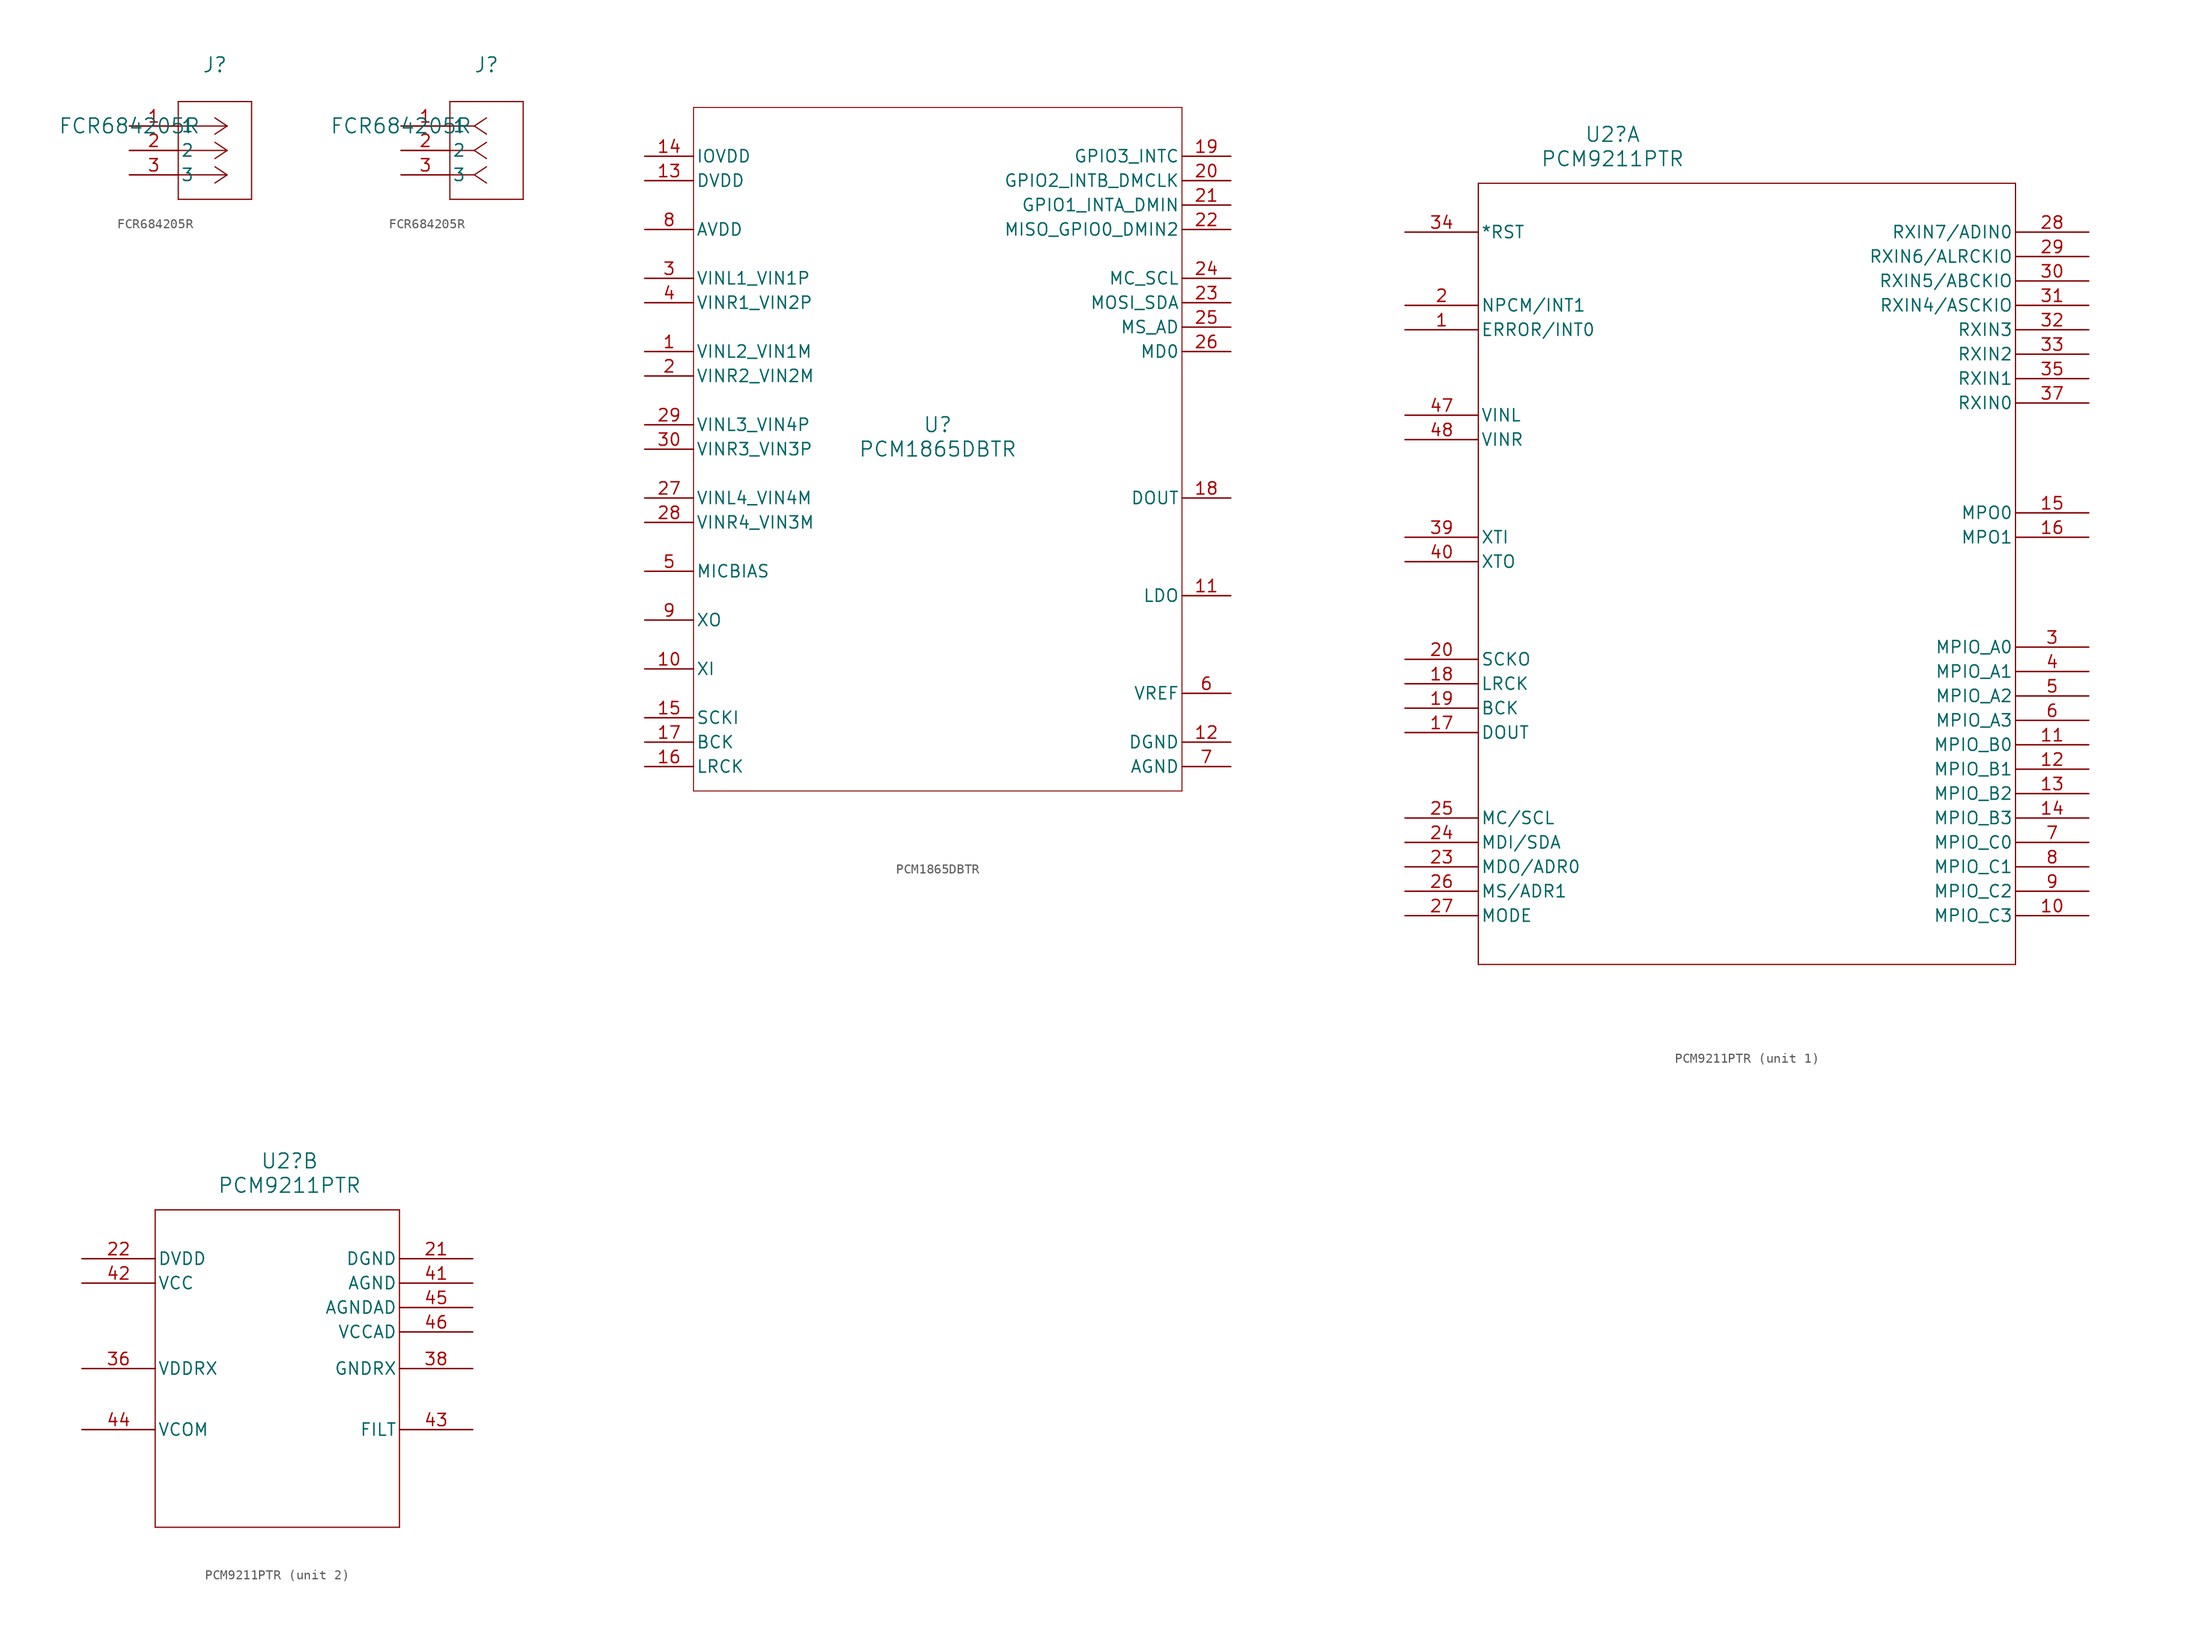
<source format=kicad_sym>
(kicad_symbol_lib
  (version 20220914)
  (generator kicad_symbol_editor)
  (symbol "FCR684205R"
    (pin_names
      (offset 0.254))
    (property "Reference" "J"
      (at 8.89 6.35 0)
      (effects (font (size 1.524 1.524))))
    (property "Value" "FCR684205R"
      (at 0 0 0)
      (effects (font (size 1.524 1.524))))
    (property "ki_locked" ""
      (at 0 0 0)
      (effects (font (size 1.27 1.27))))
    (symbol "FCR684205R_1_1"
      (polyline (pts (xy 5.08 -7.62) (xy 12.7 -7.62)) (stroke (width 0.127) (type default)) (fill (type none)))
      (polyline (pts (xy 5.08 2.54) (xy 5.08 -7.62)) (stroke (width 0.127) (type default)) (fill (type none)))
      (polyline (pts (xy 10.16 -5.08) (xy 5.08 -5.08)) (stroke (width 0.127) (type default)) (fill (type none)))
      (polyline (pts (xy 10.16 -5.08) (xy 8.89 -5.927)) (stroke (width 0.127) (type default)) (fill (type none)))
      (polyline (pts (xy 10.16 -5.08) (xy 8.89 -4.233)) (stroke (width 0.127) (type default)) (fill (type none)))
      (polyline (pts (xy 10.16 -2.54) (xy 5.08 -2.54)) (stroke (width 0.127) (type default)) (fill (type none)))
      (polyline (pts (xy 10.16 -2.54) (xy 8.89 -3.387)) (stroke (width 0.127) (type default)) (fill (type none)))
      (polyline (pts (xy 10.16 -2.54) (xy 8.89 -1.693)) (stroke (width 0.127) (type default)) (fill (type none)))
      (polyline (pts (xy 10.16 0) (xy 5.08 0)) (stroke (width 0.127) (type default)) (fill (type none)))
      (polyline (pts (xy 10.16 0) (xy 8.89 -0.847)) (stroke (width 0.127) (type default)) (fill (type none)))
      (polyline (pts (xy 10.16 0) (xy 8.89 0.847)) (stroke (width 0.127) (type default)) (fill (type none)))
      (polyline (pts (xy 12.7 -7.62) (xy 12.7 2.54)) (stroke (width 0.127) (type default)) (fill (type none)))
      (polyline (pts (xy 12.7 2.54) (xy 5.08 2.54)) (stroke (width 0.127) (type default)) (fill (type none)))
      (pin output line (at 0 0 0) (length 5.08) (name "1" (effects (font (size 1.27 1.27)))) (number "1" (effects (font (size 1.27 1.27)))))
      (pin power_in line (at 0 -2.54 0) (length 5.08) (name "2" (effects (font (size 1.27 1.27)))) (number "2" (effects (font (size 1.27 1.27)))))
      (pin power_in line (at 0 -5.08 0) (length 5.08) (name "3" (effects (font (size 1.27 1.27)))) (number "3" (effects (font (size 1.27 1.27))))))
    (symbol "FCR684205R_1_2"
      (polyline (pts (xy 5.08 -7.62) (xy 12.7 -7.62)) (stroke (width 0.127) (type default)) (fill (type none)))
      (polyline (pts (xy 5.08 2.54) (xy 5.08 -7.62)) (stroke (width 0.127) (type default)) (fill (type none)))
      (polyline (pts (xy 7.62 -5.08) (xy 5.08 -5.08)) (stroke (width 0.127) (type default)) (fill (type none)))
      (polyline (pts (xy 7.62 -5.08) (xy 8.89 -5.927)) (stroke (width 0.127) (type default)) (fill (type none)))
      (polyline (pts (xy 7.62 -5.08) (xy 8.89 -4.233)) (stroke (width 0.127) (type default)) (fill (type none)))
      (polyline (pts (xy 7.62 -2.54) (xy 5.08 -2.54)) (stroke (width 0.127) (type default)) (fill (type none)))
      (polyline (pts (xy 7.62 -2.54) (xy 8.89 -3.387)) (stroke (width 0.127) (type default)) (fill (type none)))
      (polyline (pts (xy 7.62 -2.54) (xy 8.89 -1.693)) (stroke (width 0.127) (type default)) (fill (type none)))
      (polyline (pts (xy 7.62 0) (xy 5.08 0)) (stroke (width 0.127) (type default)) (fill (type none)))
      (polyline (pts (xy 7.62 0) (xy 8.89 -0.847)) (stroke (width 0.127) (type default)) (fill (type none)))
      (polyline (pts (xy 7.62 0) (xy 8.89 0.847)) (stroke (width 0.127) (type default)) (fill (type none)))
      (polyline (pts (xy 12.7 -7.62) (xy 12.7 2.54)) (stroke (width 0.127) (type default)) (fill (type none)))
      (polyline (pts (xy 12.7 2.54) (xy 5.08 2.54)) (stroke (width 0.127) (type default)) (fill (type none)))
      (pin output line (at 0 0 0) (length 5.08) (name "1" (effects (font (size 1.27 1.27)))) (number "1" (effects (font (size 1.27 1.27)))))
      (pin power_in line (at 0 -2.54 0) (length 5.08) (name "2" (effects (font (size 1.27 1.27)))) (number "2" (effects (font (size 1.27 1.27)))))
      (pin power_in line (at 0 -5.08 0) (length 5.08) (name "3" (effects (font (size 1.27 1.27)))) (number "3" (effects (font (size 1.27 1.27)))))))
  (symbol "PCM1865DBTR"
    (pin_names
      (offset 0.254))
    (property "Reference" "U"
      (at 0 2.54 0)
      (effects (font (size 1.524 1.524))))
    (property "Value" "PCM1865DBTR"
      (at 0 0 0)
      (effects (font (size 1.524 1.524))))
    (property "ki_locked" ""
      (at 0 0 0)
      (effects (font (size 1.27 1.27))))
    (symbol "PCM1865DBTR_0_1"
      (polyline (pts (xy -25.4 -35.56) (xy 25.4 -35.56)) (stroke (width 0.102) (type default)) (fill (type none)))
      (polyline (pts (xy -25.4 35.56) (xy -25.4 -35.56)) (stroke (width 0.102) (type default)) (fill (type none)))
      (polyline (pts (xy 25.4 -35.56) (xy 25.4 35.56)) (stroke (width 0.102) (type default)) (fill (type none)))
      (polyline (pts (xy 25.4 35.56) (xy -25.4 35.56)) (stroke (width 0.102) (type default)) (fill (type none)))
      (pin input line (at -30.48 10.16 0) (length 5.08) (name "VINL2_VIN1M" (effects (font (size 1.27 1.27)))) (number "1" (effects (font (size 1.27 1.27)))))
      (pin unspecified line (at -30.48 -22.86 0) (length 5.08) (name "XI" (effects (font (size 1.27 1.27)))) (number "10" (effects (font (size 1.27 1.27)))))
      (pin output line (at 30.48 -15.24 180) (length 5.08) (name "LDO" (effects (font (size 1.27 1.27)))) (number "11" (effects (font (size 1.27 1.27)))))
      (pin power_in line (at 30.48 -30.48 180) (length 5.08) (name "DGND" (effects (font (size 1.27 1.27)))) (number "12" (effects (font (size 1.27 1.27)))))
      (pin power_in line (at -30.48 27.94 0) (length 5.08) (name "DVDD" (effects (font (size 1.27 1.27)))) (number "13" (effects (font (size 1.27 1.27)))))
      (pin power_in line (at -30.48 30.48 0) (length 5.08) (name "IOVDD" (effects (font (size 1.27 1.27)))) (number "14" (effects (font (size 1.27 1.27)))))
      (pin input line (at -30.48 -27.94 0) (length 5.08) (name "SCKI" (effects (font (size 1.27 1.27)))) (number "15" (effects (font (size 1.27 1.27)))))
      (pin bidirectional line (at -30.48 -33.02 0) (length 5.08) (name "LRCK" (effects (font (size 1.27 1.27)))) (number "16" (effects (font (size 1.27 1.27)))))
      (pin bidirectional line (at -30.48 -30.48 0) (length 5.08) (name "BCK" (effects (font (size 1.27 1.27)))) (number "17" (effects (font (size 1.27 1.27)))))
      (pin output line (at 30.48 -5.08 180) (length 5.08) (name "DOUT" (effects (font (size 1.27 1.27)))) (number "18" (effects (font (size 1.27 1.27)))))
      (pin bidirectional line (at 30.48 30.48 180) (length 5.08) (name "GPIO3_INTC" (effects (font (size 1.27 1.27)))) (number "19" (effects (font (size 1.27 1.27)))))
      (pin input line (at -30.48 7.62 0) (length 5.08) (name "VINR2_VIN2M" (effects (font (size 1.27 1.27)))) (number "2" (effects (font (size 1.27 1.27)))))
      (pin bidirectional line (at 30.48 27.94 180) (length 5.08) (name "GPIO2_INTB_DMCLK" (effects (font (size 1.27 1.27)))) (number "20" (effects (font (size 1.27 1.27)))))
      (pin bidirectional line (at 30.48 25.4 180) (length 5.08) (name "GPIO1_INTA_DMIN" (effects (font (size 1.27 1.27)))) (number "21" (effects (font (size 1.27 1.27)))))
      (pin bidirectional line (at 30.48 22.86 180) (length 5.08) (name "MISO_GPIO0_DMIN2" (effects (font (size 1.27 1.27)))) (number "22" (effects (font (size 1.27 1.27)))))
      (pin bidirectional line (at 30.48 15.24 180) (length 5.08) (name "MOSI_SDA" (effects (font (size 1.27 1.27)))) (number "23" (effects (font (size 1.27 1.27)))))
      (pin input line (at 30.48 17.78 180) (length 5.08) (name "MC_SCL" (effects (font (size 1.27 1.27)))) (number "24" (effects (font (size 1.27 1.27)))))
      (pin input line (at 30.48 12.7 180) (length 5.08) (name "MS_AD" (effects (font (size 1.27 1.27)))) (number "25" (effects (font (size 1.27 1.27)))))
      (pin input line (at 30.48 10.16 180) (length 5.08) (name "MD0" (effects (font (size 1.27 1.27)))) (number "26" (effects (font (size 1.27 1.27)))))
      (pin input line (at -30.48 -5.08 0) (length 5.08) (name "VINL4_VIN4M" (effects (font (size 1.27 1.27)))) (number "27" (effects (font (size 1.27 1.27)))))
      (pin input line (at -30.48 -7.62 0) (length 5.08) (name "VINR4_VIN3M" (effects (font (size 1.27 1.27)))) (number "28" (effects (font (size 1.27 1.27)))))
      (pin input line (at -30.48 2.54 0) (length 5.08) (name "VINL3_VIN4P" (effects (font (size 1.27 1.27)))) (number "29" (effects (font (size 1.27 1.27)))))
      (pin input line (at -30.48 17.78 0) (length 5.08) (name "VINL1_VIN1P" (effects (font (size 1.27 1.27)))) (number "3" (effects (font (size 1.27 1.27)))))
      (pin input line (at -30.48 0 0) (length 5.08) (name "VINR3_VIN3P" (effects (font (size 1.27 1.27)))) (number "30" (effects (font (size 1.27 1.27)))))
      (pin input line (at -30.48 15.24 0) (length 5.08) (name "VINR1_VIN2P" (effects (font (size 1.27 1.27)))) (number "4" (effects (font (size 1.27 1.27)))))
      (pin output line (at -30.48 -12.7 0) (length 5.08) (name "MICBIAS" (effects (font (size 1.27 1.27)))) (number "5" (effects (font (size 1.27 1.27)))))
      (pin unspecified line (at 30.48 -25.4 180) (length 5.08) (name "VREF" (effects (font (size 1.27 1.27)))) (number "6" (effects (font (size 1.27 1.27)))))
      (pin power_in line (at 30.48 -33.02 180) (length 5.08) (name "AGND" (effects (font (size 1.27 1.27)))) (number "7" (effects (font (size 1.27 1.27)))))
      (pin power_in line (at -30.48 22.86 0) (length 5.08) (name "AVDD" (effects (font (size 1.27 1.27)))) (number "8" (effects (font (size 1.27 1.27)))))
      (pin unspecified line (at -30.48 -17.78 0) (length 5.08) (name "XO" (effects (font (size 1.27 1.27)))) (number "9" (effects (font (size 1.27 1.27)))))))
  (symbol "PCM9211PTR"
    (pin_names
      (offset 0.254))
    (property "Reference" "U2"
      (at 21.59 10.16 0)
      (effects (font (size 1.524 1.524))))
    (property "Value" "PCM9211PTR"
      (at 21.59 7.62 0)
      (effects (font (size 1.524 1.524))))
    (property "ki_locked" ""
      (at 0 0 0)
      (effects (font (size 1.27 1.27))))
    (symbol "PCM9211PTR_1_1"
      (polyline (pts (xy 7.62 -76.2) (xy 63.5 -76.2)) (stroke (width 0.127) (type default)) (fill (type none)))
      (polyline (pts (xy 7.62 5.08) (xy 7.62 -76.2)) (stroke (width 0.127) (type default)) (fill (type none)))
      (polyline (pts (xy 63.5 -76.2) (xy 63.5 5.08)) (stroke (width 0.127) (type default)) (fill (type none)))
      (polyline (pts (xy 63.5 5.08) (xy 7.62 5.08)) (stroke (width 0.127) (type default)) (fill (type none)))
      (pin output line (at 0 -10.16 0) (length 7.62) (name "ERROR/INT0" (effects (font (size 1.27 1.27)))) (number "1" (effects (font (size 1.27 1.27)))))
      (pin bidirectional line (at 71.12 -71.12 180) (length 7.62) (name "MPIO_C3" (effects (font (size 1.27 1.27)))) (number "10" (effects (font (size 1.27 1.27)))))
      (pin bidirectional line (at 71.12 -53.34 180) (length 7.62) (name "MPIO_B0" (effects (font (size 1.27 1.27)))) (number "11" (effects (font (size 1.27 1.27)))))
      (pin bidirectional line (at 71.12 -55.88 180) (length 7.62) (name "MPIO_B1" (effects (font (size 1.27 1.27)))) (number "12" (effects (font (size 1.27 1.27)))))
      (pin bidirectional line (at 71.12 -58.42 180) (length 7.62) (name "MPIO_B2" (effects (font (size 1.27 1.27)))) (number "13" (effects (font (size 1.27 1.27)))))
      (pin bidirectional line (at 71.12 -60.96 180) (length 7.62) (name "MPIO_B3" (effects (font (size 1.27 1.27)))) (number "14" (effects (font (size 1.27 1.27)))))
      (pin output line (at 71.12 -29.21 180) (length 7.62) (name "MPO0" (effects (font (size 1.27 1.27)))) (number "15" (effects (font (size 1.27 1.27)))))
      (pin output line (at 71.12 -31.75 180) (length 7.62) (name "MPO1" (effects (font (size 1.27 1.27)))) (number "16" (effects (font (size 1.27 1.27)))))
      (pin output line (at 0 -52.07 0) (length 7.62) (name "DOUT" (effects (font (size 1.27 1.27)))) (number "17" (effects (font (size 1.27 1.27)))))
      (pin output line (at 0 -46.99 0) (length 7.62) (name "LRCK" (effects (font (size 1.27 1.27)))) (number "18" (effects (font (size 1.27 1.27)))))
      (pin output line (at 0 -49.53 0) (length 7.62) (name "BCK" (effects (font (size 1.27 1.27)))) (number "19" (effects (font (size 1.27 1.27)))))
      (pin output line (at 0 -7.62 0) (length 7.62) (name "NPCM/INT1" (effects (font (size 1.27 1.27)))) (number "2" (effects (font (size 1.27 1.27)))))
      (pin output line (at 0 -44.45 0) (length 7.62) (name "SCKO" (effects (font (size 1.27 1.27)))) (number "20" (effects (font (size 1.27 1.27)))))
      (pin bidirectional line (at 0 -66.04 0) (length 7.62) (name "MDO/ADR0" (effects (font (size 1.27 1.27)))) (number "23" (effects (font (size 1.27 1.27)))))
      (pin bidirectional line (at 0 -63.5 0) (length 7.62) (name "MDI/SDA" (effects (font (size 1.27 1.27)))) (number "24" (effects (font (size 1.27 1.27)))))
      (pin input line (at 0 -60.96 0) (length 7.62) (name "MC/SCL" (effects (font (size 1.27 1.27)))) (number "25" (effects (font (size 1.27 1.27)))))
      (pin input line (at 0 -68.58 0) (length 7.62) (name "MS/ADR1" (effects (font (size 1.27 1.27)))) (number "26" (effects (font (size 1.27 1.27)))))
      (pin input line (at 0 -71.12 0) (length 7.62) (name "MODE" (effects (font (size 1.27 1.27)))) (number "27" (effects (font (size 1.27 1.27)))))
      (pin input line (at 71.12 0 180) (length 7.62) (name "RXIN7/ADIN0" (effects (font (size 1.27 1.27)))) (number "28" (effects (font (size 1.27 1.27)))))
      (pin input line (at 71.12 -2.54 180) (length 7.62) (name "RXIN6/ALRCKIO" (effects (font (size 1.27 1.27)))) (number "29" (effects (font (size 1.27 1.27)))))
      (pin bidirectional line (at 71.12 -43.18 180) (length 7.62) (name "MPIO_A0" (effects (font (size 1.27 1.27)))) (number "3" (effects (font (size 1.27 1.27)))))
      (pin input line (at 71.12 -5.08 180) (length 7.62) (name "RXIN5/ABCKIO" (effects (font (size 1.27 1.27)))) (number "30" (effects (font (size 1.27 1.27)))))
      (pin input line (at 71.12 -7.62 180) (length 7.62) (name "RXIN4/ASCKIO" (effects (font (size 1.27 1.27)))) (number "31" (effects (font (size 1.27 1.27)))))
      (pin input line (at 71.12 -10.16 180) (length 7.62) (name "RXIN3" (effects (font (size 1.27 1.27)))) (number "32" (effects (font (size 1.27 1.27)))))
      (pin input line (at 71.12 -12.7 180) (length 7.62) (name "RXIN2" (effects (font (size 1.27 1.27)))) (number "33" (effects (font (size 1.27 1.27)))))
      (pin input line (at 0 0 0) (length 7.62) (name "*RST" (effects (font (size 1.27 1.27)))) (number "34" (effects (font (size 1.27 1.27)))))
      (pin input line (at 71.12 -15.24 180) (length 7.62) (name "RXIN1" (effects (font (size 1.27 1.27)))) (number "35" (effects (font (size 1.27 1.27)))))
      (pin input line (at 71.12 -17.78 180) (length 7.62) (name "RXIN0" (effects (font (size 1.27 1.27)))) (number "37" (effects (font (size 1.27 1.27)))))
      (pin input line (at 0 -31.75 0) (length 7.62) (name "XTI" (effects (font (size 1.27 1.27)))) (number "39" (effects (font (size 1.27 1.27)))))
      (pin bidirectional line (at 71.12 -45.72 180) (length 7.62) (name "MPIO_A1" (effects (font (size 1.27 1.27)))) (number "4" (effects (font (size 1.27 1.27)))))
      (pin output line (at 0 -34.29 0) (length 7.62) (name "XTO" (effects (font (size 1.27 1.27)))) (number "40" (effects (font (size 1.27 1.27)))))
      (pin input line (at 0 -19.05 0) (length 7.62) (name "VINL" (effects (font (size 1.27 1.27)))) (number "47" (effects (font (size 1.27 1.27)))))
      (pin input line (at 0 -21.59 0) (length 7.62) (name "VINR" (effects (font (size 1.27 1.27)))) (number "48" (effects (font (size 1.27 1.27)))))
      (pin bidirectional line (at 71.12 -48.26 180) (length 7.62) (name "MPIO_A2" (effects (font (size 1.27 1.27)))) (number "5" (effects (font (size 1.27 1.27)))))
      (pin bidirectional line (at 71.12 -50.8 180) (length 7.62) (name "MPIO_A3" (effects (font (size 1.27 1.27)))) (number "6" (effects (font (size 1.27 1.27)))))
      (pin bidirectional line (at 71.12 -63.5 180) (length 7.62) (name "MPIO_C0" (effects (font (size 1.27 1.27)))) (number "7" (effects (font (size 1.27 1.27)))))
      (pin bidirectional line (at 71.12 -66.04 180) (length 7.62) (name "MPIO_C1" (effects (font (size 1.27 1.27)))) (number "8" (effects (font (size 1.27 1.27)))))
      (pin bidirectional line (at 71.12 -68.58 180) (length 7.62) (name "MPIO_C2" (effects (font (size 1.27 1.27)))) (number "9" (effects (font (size 1.27 1.27))))))
    (symbol "PCM9211PTR_2_1"
      (polyline (pts (xy 7.62 -27.94) (xy 33.02 -27.94)) (stroke (width 0.127) (type default)) (fill (type none)))
      (polyline (pts (xy 7.62 5.08) (xy 7.62 -27.94)) (stroke (width 0.127) (type default)) (fill (type none)))
      (polyline (pts (xy 33.02 -27.94) (xy 33.02 5.08)) (stroke (width 0.127) (type default)) (fill (type none)))
      (polyline (pts (xy 33.02 5.08) (xy 7.62 5.08)) (stroke (width 0.127) (type default)) (fill (type none)))
      (pin power_in line (at 40.64 0 180) (length 7.62) (name "DGND" (effects (font (size 1.27 1.27)))) (number "21" (effects (font (size 1.27 1.27)))))
      (pin power_in line (at 0 0 0) (length 7.62) (name "DVDD" (effects (font (size 1.27 1.27)))) (number "22" (effects (font (size 1.27 1.27)))))
      (pin power_in line (at 0 -11.43 0) (length 7.62) (name "VDDRX" (effects (font (size 1.27 1.27)))) (number "36" (effects (font (size 1.27 1.27)))))
      (pin power_in line (at 40.64 -11.43 180) (length 7.62) (name "GNDRX" (effects (font (size 1.27 1.27)))) (number "38" (effects (font (size 1.27 1.27)))))
      (pin power_in line (at 40.64 -2.54 180) (length 7.62) (name "AGND" (effects (font (size 1.27 1.27)))) (number "41" (effects (font (size 1.27 1.27)))))
      (pin power_in line (at 0 -2.54 0) (length 7.62) (name "VCC" (effects (font (size 1.27 1.27)))) (number "42" (effects (font (size 1.27 1.27)))))
      (pin output line (at 40.64 -17.78 180) (length 7.62) (name "FILT" (effects (font (size 1.27 1.27)))) (number "43" (effects (font (size 1.27 1.27)))))
      (pin output line (at 0 -17.78 0) (length 7.62) (name "VCOM" (effects (font (size 1.27 1.27)))) (number "44" (effects (font (size 1.27 1.27)))))
      (pin power_in line (at 40.64 -5.08 180) (length 7.62) (name "AGNDAD" (effects (font (size 1.27 1.27)))) (number "45" (effects (font (size 1.27 1.27)))))
      (pin power_in line (at 40.64 -7.62 180) (length 7.62) (name "VCCAD" (effects (font (size 1.27 1.27)))) (number "46" (effects (font (size 1.27 1.27))))))))
</source>
